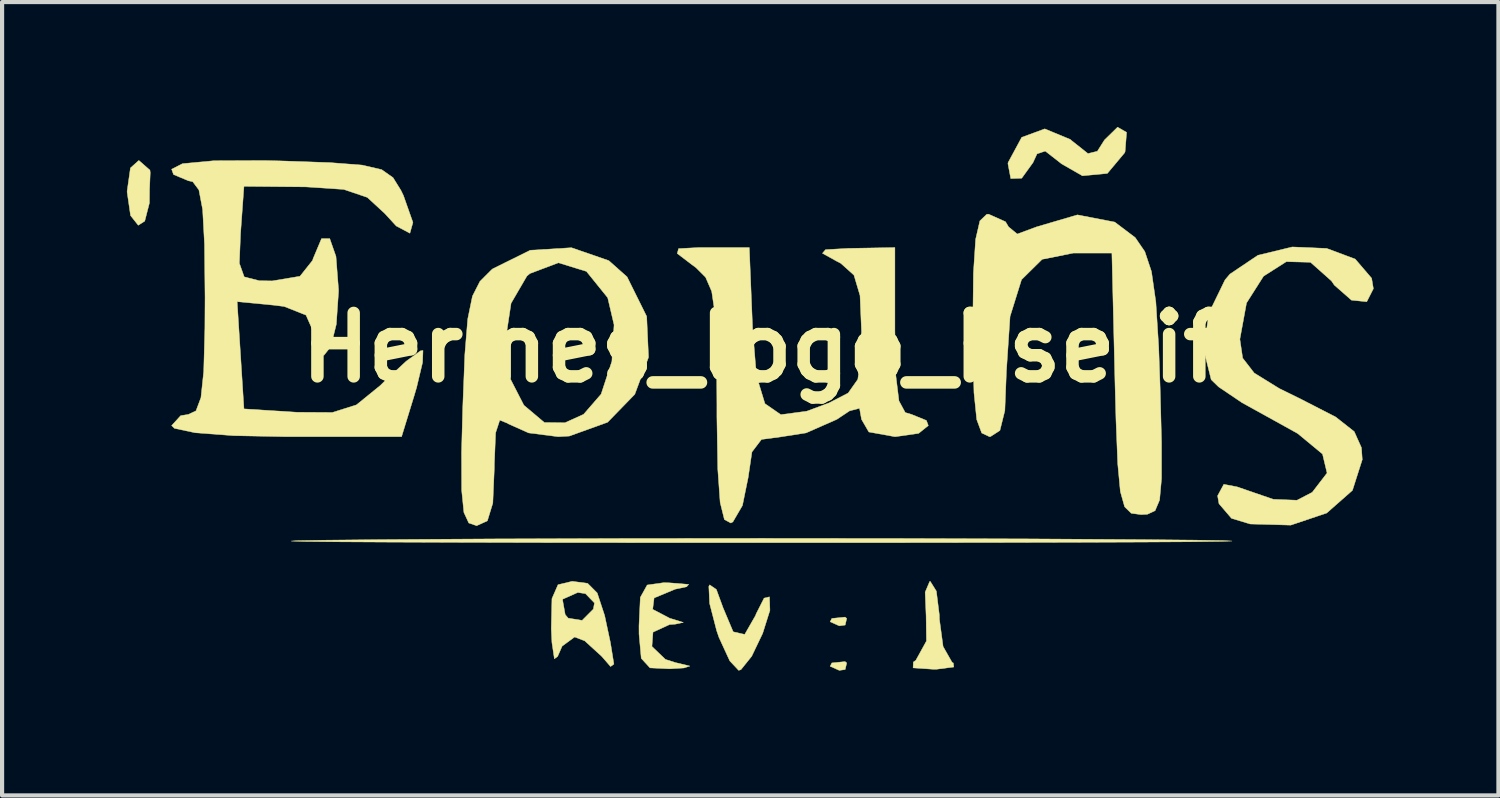
<source format=kicad_pcb>
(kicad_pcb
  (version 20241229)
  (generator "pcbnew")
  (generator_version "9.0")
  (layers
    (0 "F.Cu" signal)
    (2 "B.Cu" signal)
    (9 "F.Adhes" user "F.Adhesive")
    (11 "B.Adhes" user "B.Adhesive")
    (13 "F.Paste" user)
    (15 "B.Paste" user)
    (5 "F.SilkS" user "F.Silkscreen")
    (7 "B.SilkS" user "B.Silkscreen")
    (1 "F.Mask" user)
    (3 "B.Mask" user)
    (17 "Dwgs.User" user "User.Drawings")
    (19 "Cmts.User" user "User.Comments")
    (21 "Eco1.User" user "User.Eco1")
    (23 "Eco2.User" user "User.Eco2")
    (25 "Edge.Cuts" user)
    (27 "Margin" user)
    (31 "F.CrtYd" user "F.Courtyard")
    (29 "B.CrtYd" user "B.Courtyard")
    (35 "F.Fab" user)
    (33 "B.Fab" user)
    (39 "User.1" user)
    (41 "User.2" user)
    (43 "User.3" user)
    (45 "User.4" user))
  (footprint "Hermes_logo_Fserif"
    (layer "F.Cu")
    (at 15.245 5.304)
    (property "Reference" "Hermes_logo_Fserif" (at 0 0 0) (layer "F.SilkS") (effects (font (size 1.524 1.524) (thickness 0.3))))
    (attr through_hole)
    (fp_poly (pts (xy 2.05 6.506) (xy 2.013 6.665) (xy 1.872 6.684) (xy 1.652 6.586) (xy 1.693 6.506) (xy 2.011 6.474) (xy 2.05 6.506)) (stroke (width 0.01) (type solid)) (fill yes) (layer "F.SilkS"))
    (fp_poly (pts (xy 2.05 7.575) (xy 2.013 7.734) (xy 1.872 7.754) (xy 1.652 7.656) (xy 1.693 7.575) (xy 2.011 7.543) (xy 2.05 7.575)) (stroke (width 0.01) (type solid)) (fill yes) (layer "F.SilkS"))
    (fp_poly (pts (xy -14.953 -4.494) (xy -14.692 -4.265) (xy -14.685 -4.204) (xy -14.702 -3.799) (xy -14.705 -3.476) (xy -14.817 -3.041) (xy -14.973 -2.941) (xy -15.158 -3.174) (xy -15.24 -3.737) (xy -15.24 -3.765) (xy -15.161 -4.318) (xy -14.962 -4.497) (xy -14.953 -4.494)) (stroke (width 0.01) (type solid)) (fill yes) (layer "F.SilkS"))
    (fp_poly (pts (xy 4.204 5.85) (xy 4.276 6.425) (xy 4.278 6.528) (xy 4.366 7.181) (xy 4.582 7.561) (xy 4.612 7.577) (xy 4.624 7.673) (xy 4.208 7.727) (xy 4.144 7.728) (xy 3.645 7.694) (xy 3.651 7.554) (xy 3.711 7.512) (xy 3.966 7.049) (xy 3.958 6.446) (xy 3.935 5.875) (xy 4.045 5.616) (xy 4.057 5.615) (xy 4.204 5.85)) (stroke (width 0.01) (type solid)) (fill yes) (layer "F.SilkS"))
    (fp_poly (pts (xy -1.082 5.81) (xy -0.92 6.252) (xy -0.678 6.827) (xy -0.401 6.89) (xy -0.138 6.431) (xy -0.127 6.397) (xy 0.065 6.018) (xy 0.194 5.987) (xy 0.205 6.312) (xy 0.031 6.864) (xy -0.233 7.415) (xy -0.491 7.736) (xy -0.546 7.754) (xy -0.76 7.526) (xy -1.019 6.963) (xy -1.075 6.8) (xy -1.244 6.146) (xy -1.263 5.737) (xy -1.243 5.699) (xy -1.082 5.81)) (stroke (width 0.01) (type solid)) (fill yes) (layer "F.SilkS"))
    (fp_poly (pts (xy 8.775 -5.174) (xy 8.739 -4.712) (xy 8.729 -4.684) (xy 8.313 -4.187) (xy 7.714 -4.13) (xy 7.215 -4.416) (xy 6.821 -4.724) (xy 6.623 -4.657) (xy 6.527 -4.448) (xy 6.255 -4.072) (xy 5.992 -4.063) (xy 5.924 -4.422) (xy 5.929 -4.45) (xy 6.255 -5.054) (xy 6.809 -5.258) (xy 7.422 -5.004) (xy 7.446 -4.982) (xy 7.847 -4.664) (xy 8.073 -4.72) (xy 8.244 -4.991) (xy 8.559 -5.299) (xy 8.775 -5.174)) (stroke (width 0.01) (type solid)) (fill yes) (layer "F.SilkS"))
    (fp_poly (pts (xy -2.206 5.651) (xy -1.747 5.688) (xy -1.797 5.745) (xy -2.072 5.803) (xy -2.578 6.014) (xy -2.612 6.287) (xy -2.206 6.5) (xy -1.876 6.602) (xy -2.066 6.643) (xy -2.206 6.653) (xy -2.605 6.836) (xy -2.63 7.179) (xy -2.306 7.49) (xy -2.072 7.565) (xy -1.719 7.65) (xy -1.86 7.696) (xy -2.206 7.717) (xy -2.677 7.694) (xy -2.887 7.465) (xy -2.94 6.882) (xy -2.941 6.684) (xy -2.909 6) (xy -2.744 5.703) (xy -2.342 5.646) (xy -2.206 5.651)) (stroke (width 0.01) (type solid)) (fill yes) (layer "F.SilkS"))
    (fp_poly (pts (xy 3.296 4.585) (xy 6.409 4.595) (xy 9.157 4.612) (xy 10.384 4.624) (xy 11.094 4.635) (xy 11.306 4.646) (xy 11.039 4.655) (xy 10.311 4.664) (xy 9.14 4.671) (xy 7.546 4.677) (xy 5.546 4.682) (xy 3.159 4.685) (xy 0.404 4.686) (xy 0 4.686) (xy -2.804 4.685) (xy -5.243 4.683) (xy -7.296 4.678) (xy -8.947 4.672) (xy -10.177 4.665) (xy -10.966 4.657) (xy -11.297 4.647) (xy -11.152 4.637) (xy -10.511 4.626) (xy -9.356 4.614) (xy -9.157 4.612) (xy -6.4 4.595) (xy -3.287 4.585) (xy 0.005 4.582) (xy 3.296 4.585)) (stroke (width 0.01) (type solid)) (fill yes) (layer "F.SilkS"))
    (fp_poly (pts (xy -4.175 5.663) (xy -3.945 5.894) (xy -3.767 6.434) (xy -3.628 7.085) (xy -3.544 7.603) (xy -3.624 7.662) (xy -3.835 7.419) (xy -4.246 7.044) (xy -4.488 6.952) (xy -4.788 7.172) (xy -4.896 7.419) (xy -4.974 7.476) (xy -5.033 7.086) (xy -5.049 6.751) (xy -5.033 6.046) (xy -4.78 6.046) (xy -4.714 6.415) (xy -4.642 6.499) (xy -4.308 6.553) (xy -4.038 6.282) (xy -4.011 6.134) (xy -4.227 5.91) (xy -4.412 5.882) (xy -4.78 6.046) (xy -5.033 6.046) (xy -5.032 6.028) (xy -4.887 5.696) (xy -4.55 5.615) (xy -4.537 5.615) (xy -4.175 5.663)) (stroke (width 0.01) (type solid)) (fill yes) (layer "F.SilkS"))
    (fp_poly (pts (xy 5.866 -3.026) (xy 5.939 -2.903) (xy 6.148 -2.731) (xy 6.613 -2.903) (xy 7.593 -3.191) (xy 8.49 -3.018) (xy 8.982 -2.646) (xy 9.213 -2.309) (xy 9.373 -1.829) (xy 9.478 -1.099) (xy 9.547 -0.013) (xy 9.581 0.963) (xy 9.615 2.275) (xy 9.615 3.144) (xy 9.568 3.661) (xy 9.46 3.917) (xy 9.276 4.003) (xy 9.122 4.011) (xy 8.887 3.979) (xy 8.728 3.824) (xy 8.625 3.457) (xy 8.562 2.787) (xy 8.52 1.726) (xy 8.497 0.869) (xy 8.422 -2.273) (xy 7.494 -2.273) (xy 6.746 -2.123) (xy 6.251 -1.635) (xy 5.975 -0.75) (xy 5.886 0.587) (xy 5.886 0.602) (xy 5.85 1.512) (xy 5.731 1.99) (xy 5.502 2.138) (xy 5.481 2.139) (xy 5.294 2.051) (xy 5.174 1.727) (xy 5.108 1.08) (xy 5.082 0.022) (xy 5.08 -0.535) (xy 5.095 -1.796) (xy 5.148 -2.605) (xy 5.25 -3.047) (xy 5.414 -3.204) (xy 5.459 -3.208) (xy 5.866 -3.026)) (stroke (width 0.01) (type solid)) (fill yes) (layer "F.SilkS"))
    (fp_poly (pts (xy 13.584 -2.385) (xy 14.269 -2.129) (xy 14.663 -1.669) (xy 14.705 -1.417) (xy 14.546 -1.104) (xy 14.178 -1.142) (xy 13.767 -1.503) (xy 13.698 -1.604) (xy 13.194 -2.052) (xy 12.614 -2.067) (xy 12.066 -1.718) (xy 11.657 -1.074) (xy 11.497 -0.204) (xy 11.564 0.25) (xy 11.842 0.609) (xy 12.444 0.981) (xy 12.967 1.238) (xy 13.8 1.666) (xy 14.245 2.016) (xy 14.418 2.402) (xy 14.438 2.69) (xy 14.202 3.429) (xy 13.583 3.974) (xy 12.719 4.264) (xy 11.745 4.237) (xy 11.296 4.101) (xy 10.995 3.749) (xy 10.962 3.559) (xy 11.111 3.283) (xy 11.43 3.344) (xy 12.299 3.643) (xy 12.869 3.666) (xy 13.236 3.475) (xy 13.592 3.012) (xy 13.483 2.556) (xy 12.887 2.063) (xy 12.318 1.747) (xy 11.549 1.322) (xy 10.986 0.942) (xy 10.808 0.769) (xy 10.628 0.047) (xy 10.754 -0.834) (xy 11.14 -1.628) (xy 11.259 -1.769) (xy 11.93 -2.22) (xy 12.755 -2.42) (xy 13.584 -2.385)) (stroke (width 0.01) (type solid)) (fill yes) (layer "F.SilkS"))
    (fp_poly (pts (xy -3.667 -2.092) (xy -3.228 -1.702) (xy -2.756 -0.751) (xy -2.712 0.231) (xy -3.042 1.12) (xy -3.695 1.792) (xy -4.615 2.124) (xy -4.881 2.139) (xy -5.593 2.048) (xy -6.084 1.829) (xy -6.096 1.818) (xy -6.286 1.741) (xy -6.386 2.045) (xy -6.417 2.803) (xy -6.417 2.888) (xy -6.453 3.734) (xy -6.584 4.161) (xy -6.842 4.278) (xy -7.031 4.213) (xy -7.148 3.96) (xy -7.202 3.427) (xy -7.205 2.524) (xy -7.176 1.446) (xy -7.126 0.168) (xy -7.099 -0.169) (xy -6.151 -0.169) (xy -6.038 0.739) (xy -5.707 1.383) (xy -5.215 1.798) (xy -4.72 1.804) (xy -4.272 1.601) (xy -3.851 1.116) (xy -3.592 0.327) (xy -3.54 -0.549) (xy -3.693 -1.2) (xy -4.204 -1.833) (xy -4.877 -2.04) (xy -5.561 -1.782) (xy -5.634 -1.721) (xy -6.015 -1.067) (xy -6.151 -0.169) (xy -7.099 -0.169) (xy -7.056 -0.689) (xy -6.943 -1.239) (xy -6.762 -1.594) (xy -6.488 -1.868) (xy -6.454 -1.896) (xy -5.555 -2.341) (xy -4.563 -2.402) (xy -3.667 -2.092)) (stroke (width 0.01) (type solid)) (fill yes) (layer "F.SilkS"))
    (fp_poly (pts (xy -0.212 -0.471) (xy -0.12 0.672) (xy 0.085 1.345) (xy 0.467 1.609) (xy 1.089 1.527) (xy 1.625 1.328) (xy 2.085 1.09) (xy 2.317 0.761) (xy 2.398 0.172) (xy 2.406 -0.393) (xy 2.37 -1.252) (xy 2.224 -1.743) (xy 1.909 -2.026) (xy 1.805 -2.08) (xy 1.467 -2.268) (xy 1.541 -2.355) (xy 2.083 -2.386) (xy 2.206 -2.388) (xy 3.208 -2.406) (xy 3.208 -0.401) (xy 3.229 0.657) (xy 3.305 1.278) (xy 3.456 1.558) (xy 3.609 1.604) (xy 3.965 1.749) (xy 4.011 1.872) (xy 3.778 2.059) (xy 3.218 2.139) (xy 3.208 2.139) (xy 2.582 2.026) (xy 2.406 1.723) (xy 2.358 1.456) (xy 2.118 1.519) (xy 1.812 1.723) (xy 1.073 2.048) (xy 0.491 2.139) (xy 0.002 2.205) (xy -0.227 2.506) (xy -0.318 3.121) (xy -0.455 3.792) (xy -0.685 4.186) (xy -0.735 4.213) (xy -0.889 4.13) (xy -0.991 3.72) (xy -1.048 2.917) (xy -1.069 1.657) (xy -1.069 1.374) (xy -1.077 0.073) (xy -1.112 -0.801) (xy -1.194 -1.353) (xy -1.341 -1.692) (xy -1.573 -1.924) (xy -1.664 -1.99) (xy -2.022 -2.263) (xy -1.99 -2.38) (xy -1.502 -2.406) (xy -1.274 -2.406) (xy -0.291 -2.406) (xy -0.212 -0.471)) (stroke (width 0.01) (type solid)) (fill yes) (layer "F.SilkS"))
    (fp_poly (pts (xy -11.567 -4.488) (xy -10.368 -4.447) (xy -9.592 -4.387) (xy -9.124 -4.278) (xy -8.851 -4.086) (xy -8.662 -3.781) (xy -8.601 -3.656) (xy -8.373 -3.009) (xy -8.446 -2.75) (xy -8.774 -2.924) (xy -9.049 -3.224) (xy -9.469 -3.611) (xy -10.036 -3.803) (xy -10.938 -3.863) (xy -10.995 -3.864) (xy -12.433 -3.877) (xy -12.515 -2.741) (xy -12.544 -2.029) (xy -12.427 -1.701) (xy -12.064 -1.609) (xy -11.755 -1.604) (xy -11.087 -1.716) (xy -10.784 -2.098) (xy -10.772 -2.139) (xy -10.569 -2.621) (xy -10.372 -2.621) (xy -10.222 -2.192) (xy -10.16 -1.385) (xy -10.16 -1.353) (xy -10.214 -0.562) (xy -10.348 -0.022) (xy -10.516 0.188) (xy -10.674 -0.009) (xy -10.742 -0.33) (xy -10.942 -0.782) (xy -11.467 -0.99) (xy -11.713 -1.021) (xy -12.597 -1.106) (xy -12.515 0.182) (xy -12.433 1.471) (xy -11.157 1.552) (xy -10.309 1.557) (xy -9.73 1.374) (xy -9.16 0.911) (xy -9.052 0.805) (xy -8.533 0.324) (xy -8.191 0.076) (xy -8.131 0.068) (xy -8.142 0.357) (xy -8.285 0.958) (xy -8.342 1.15) (xy -8.646 2.139) (xy -11.408 2.139) (xy -12.679 2.114) (xy -13.601 2.045) (xy -14.102 1.939) (xy -14.171 1.872) (xy -13.954 1.634) (xy -13.769 1.604) (xy -13.586 1.518) (xy -13.467 1.202) (xy -13.4 0.571) (xy -13.372 -0.463) (xy -13.368 -1.203) (xy -13.381 -2.485) (xy -13.426 -3.319) (xy -13.516 -3.791) (xy -13.664 -3.988) (xy -13.769 -4.011) (xy -14.125 -4.16) (xy -14.171 -4.288) (xy -13.911 -4.421) (xy -13.155 -4.492) (xy -11.94 -4.497) (xy -11.567 -4.488)) (stroke (width 0.01) (type solid)) (fill yes) (layer "F.SilkS")))
  (gr_rect
    (start -3 -3)
    (end 32.955 16.063)
    (stroke (width 0.1) (type default))
    (fill no)
    (layer "Edge.Cuts")))
</source>
